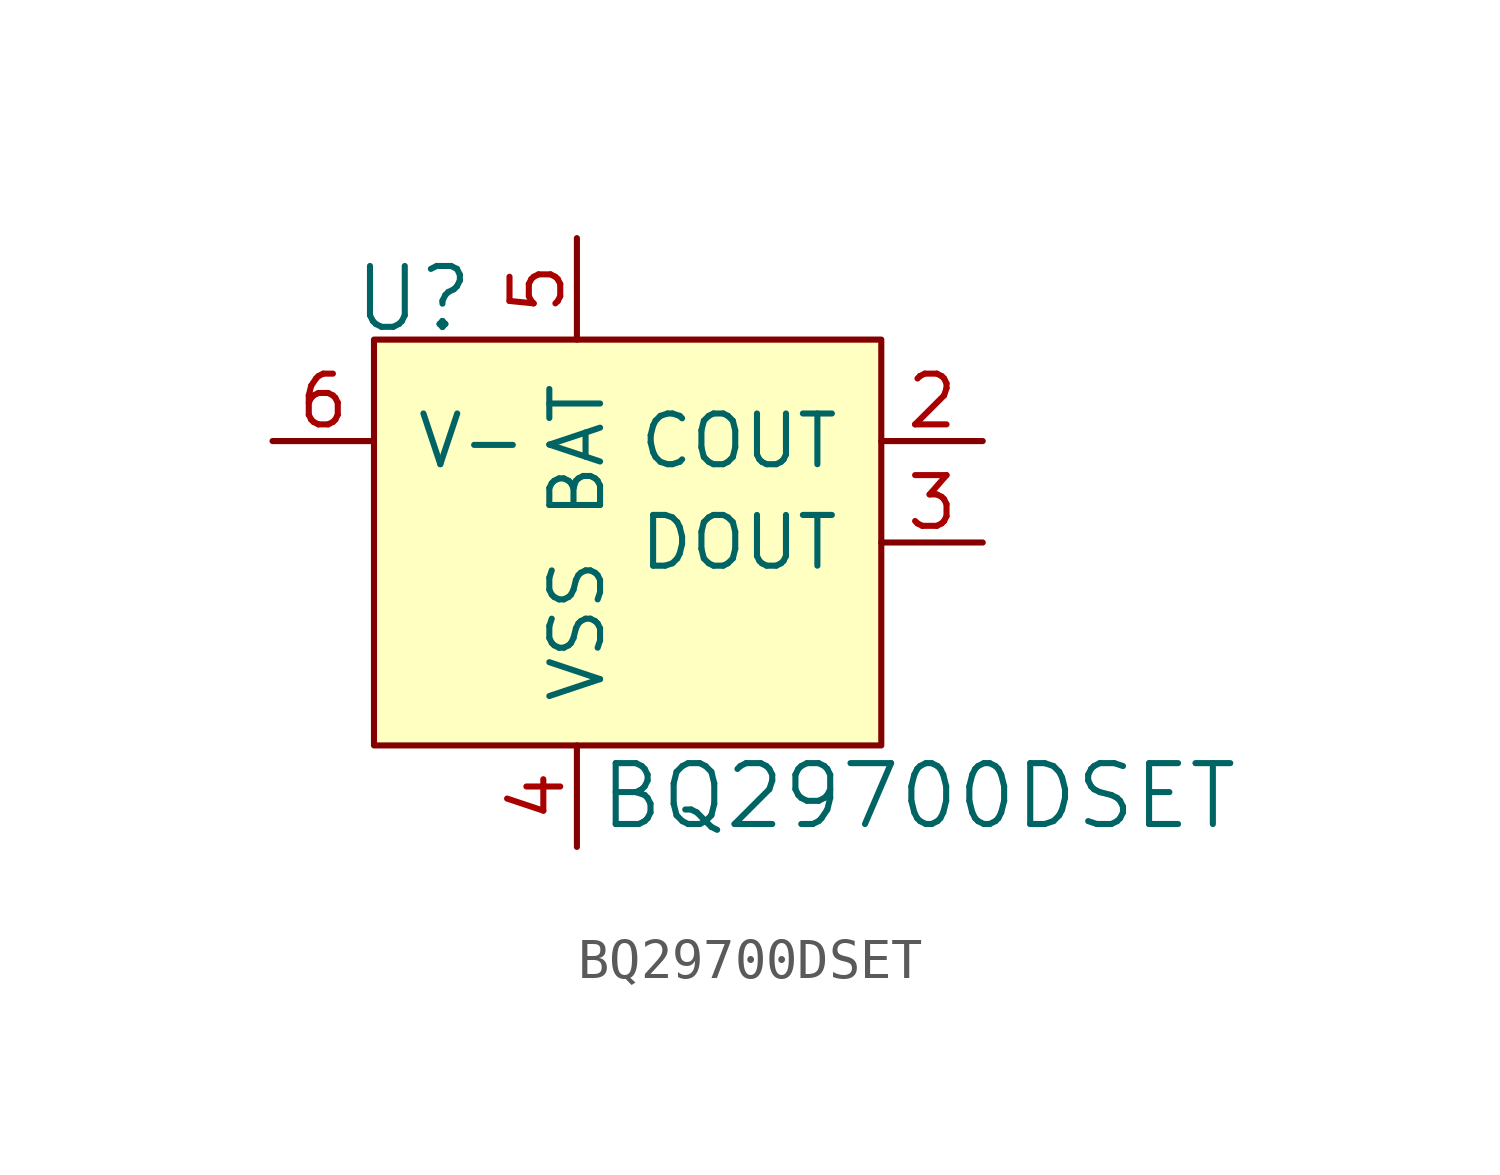
<source format=kicad_sym>
(kicad_symbol_lib
  (version 20220914)
  (generator kicad_symbol_editor)
  (symbol "BQ29700DSET"
    (pin_names
      (offset 1.016))
    (property "Reference" "U"
      (at -2.54 3.556 0)
      (effects (font (size 1.524 1.524)) (justify right)))
    (property "Value" "BQ29700DSET"
      (at 0.508 -8.89 0)
      (effects (font (size 1.524 1.524)) (justify left)))
    (symbol "BQ29700DSET_0_1"
      (rectangle (start -5.08 2.54) (end 7.62 -7.62) (stroke (width 0) (type solid)) (fill (type background))))
    (symbol "BQ29700DSET_1_1"
      (pin no_connect line (at 0 -5.08 0) (length 2.54) hide (name "NC" (effects (font (size 1.27 1.27)))) (number "1" (effects (font (size 1.27 1.27)))))
      (pin output line (at 10.16 0 180) (length 2.54) (name "COUT" (effects (font (size 1.27 1.27)))) (number "2" (effects (font (size 1.27 1.27)))))
      (pin output line (at 10.16 -2.54 180) (length 2.54) (name "DOUT" (effects (font (size 1.27 1.27)))) (number "3" (effects (font (size 1.27 1.27)))))
      (pin power_in line (at 0 -10.16 90) (length 2.54) (name "VSS" (effects (font (size 1.27 1.27)))) (number "4" (effects (font (size 1.27 1.27)))))
      (pin power_in line (at 0 5.08 270) (length 2.54) (name "BAT" (effects (font (size 1.27 1.27)))) (number "5" (effects (font (size 1.27 1.27)))))
      (pin input line (at -7.62 0 0) (length 2.54) (name "V-" (effects (font (size 1.27 1.27)))) (number "6" (effects (font (size 1.27 1.27))))))))
</source>
